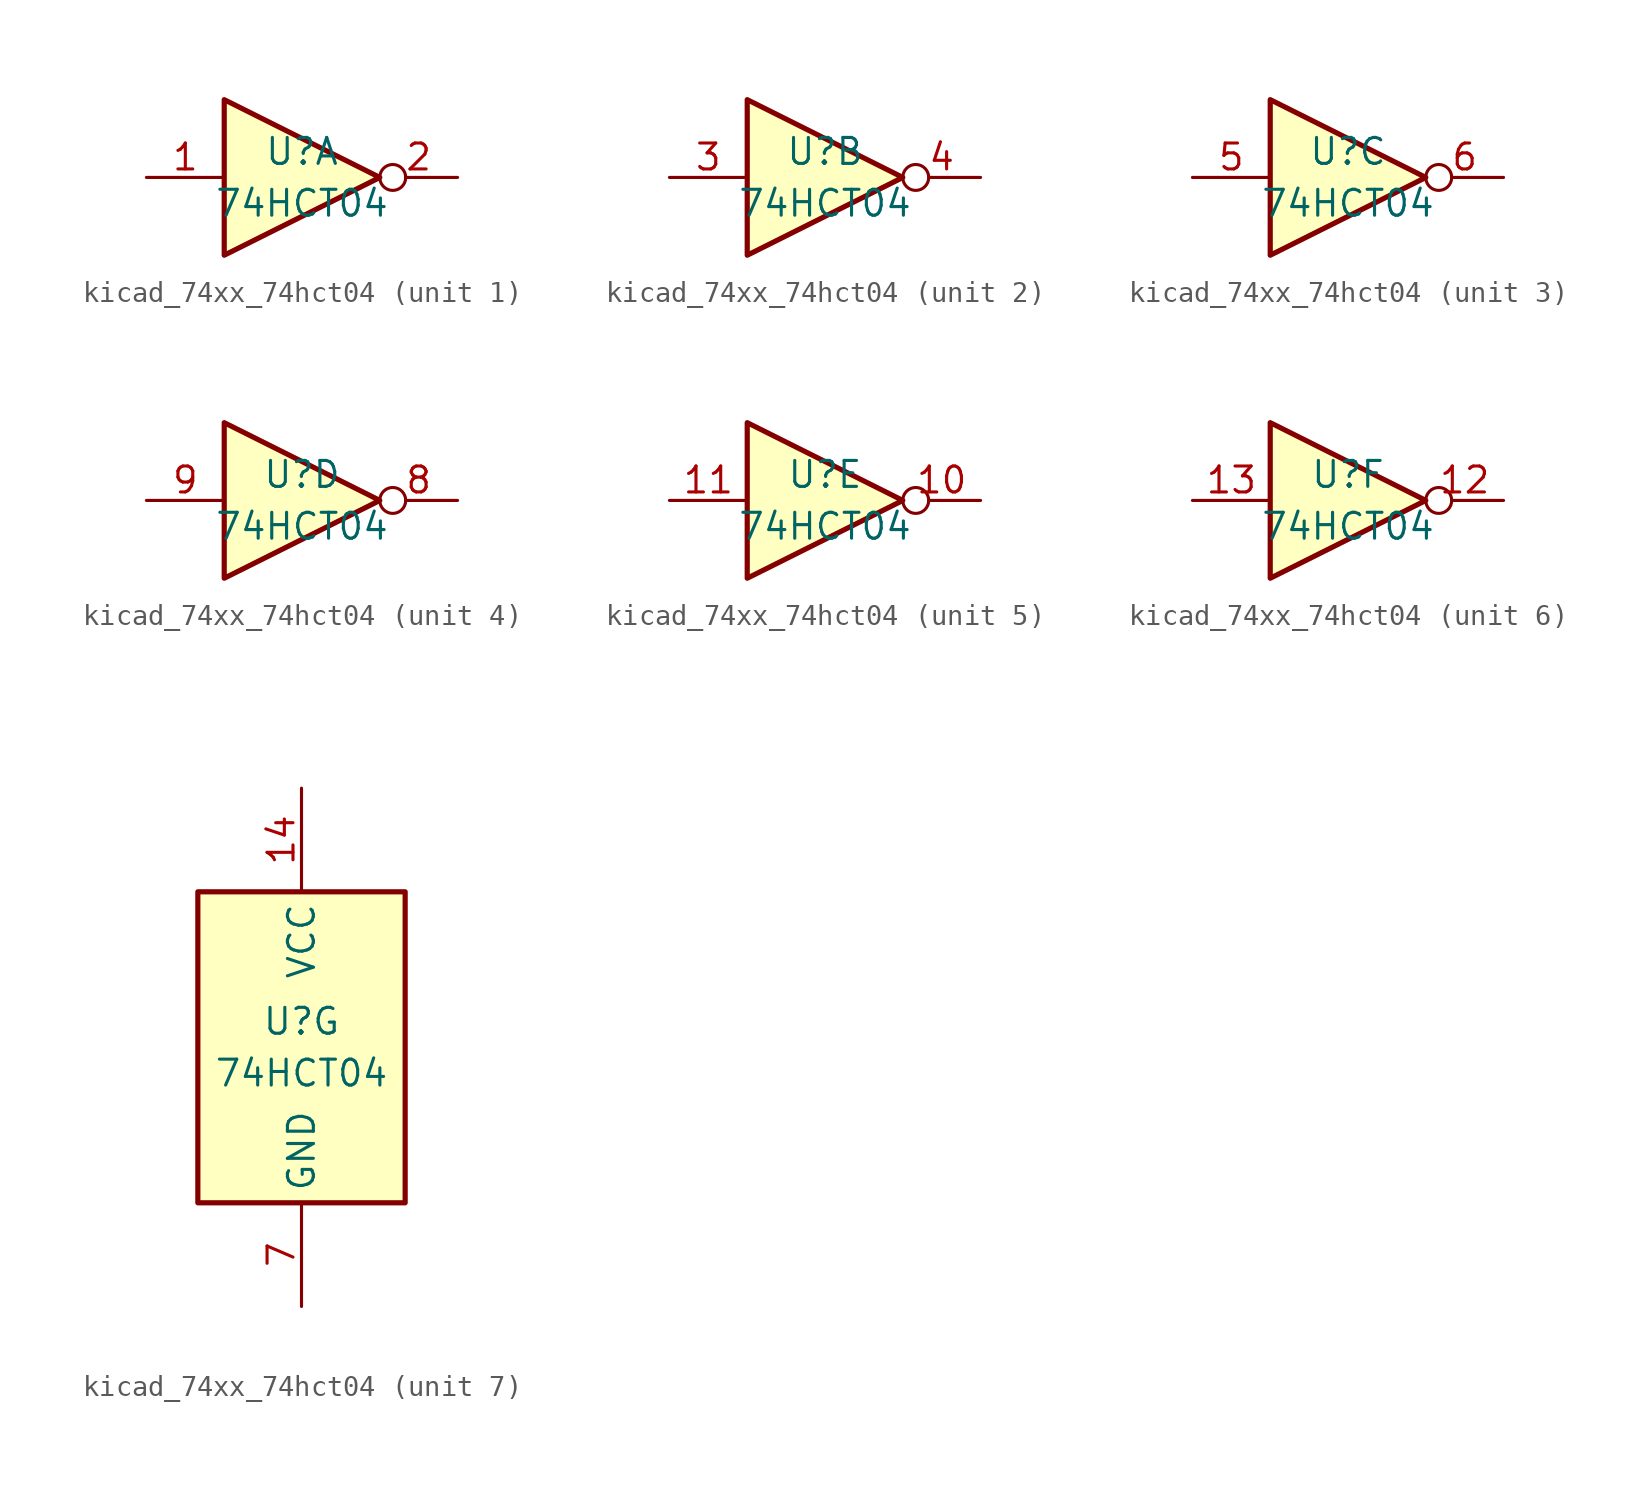
<source format=kicad_sym>
(kicad_symbol_lib
  (version 20220914)
  (generator kicad_symbol_editor)
  (symbol "kicad_74xx_74hct04"
    (property "Reference" "U"
      (at 0 1.27 0)
      (effects (font (size 1.27 1.27))))
    (property "Value" "74HCT04"
      (at 0 -1.27 0)
      (effects (font (size 1.27 1.27))))
    (property "ki_locked" ""
      (at 0 0 0)
      (effects (font (size 1.27 1.27))))
    (symbol "kicad_74xx_74hct04_1_0"
      (polyline (pts (xy -3.81 3.81) (xy -3.81 -3.81) (xy 3.81 0) (xy -3.81 3.81)) (stroke (width 0.254) (type default)) (fill (type background)))
      (pin input line (at -7.62 0 0) (length 3.81) (name "~" (effects (font (size 1.27 1.27)))) (number "1" (effects (font (size 1.27 1.27)))))
      (pin output inverted (at 7.62 0 180) (length 3.81) (name "~" (effects (font (size 1.27 1.27)))) (number "2" (effects (font (size 1.27 1.27))))))
    (symbol "kicad_74xx_74hct04_2_0"
      (polyline (pts (xy -3.81 3.81) (xy -3.81 -3.81) (xy 3.81 0) (xy -3.81 3.81)) (stroke (width 0.254) (type default)) (fill (type background)))
      (pin input line (at -7.62 0 0) (length 3.81) (name "~" (effects (font (size 1.27 1.27)))) (number "3" (effects (font (size 1.27 1.27)))))
      (pin output inverted (at 7.62 0 180) (length 3.81) (name "~" (effects (font (size 1.27 1.27)))) (number "4" (effects (font (size 1.27 1.27))))))
    (symbol "kicad_74xx_74hct04_3_0"
      (polyline (pts (xy -3.81 3.81) (xy -3.81 -3.81) (xy 3.81 0) (xy -3.81 3.81)) (stroke (width 0.254) (type default)) (fill (type background)))
      (pin input line (at -7.62 0 0) (length 3.81) (name "~" (effects (font (size 1.27 1.27)))) (number "5" (effects (font (size 1.27 1.27)))))
      (pin output inverted (at 7.62 0 180) (length 3.81) (name "~" (effects (font (size 1.27 1.27)))) (number "6" (effects (font (size 1.27 1.27))))))
    (symbol "kicad_74xx_74hct04_4_0"
      (polyline (pts (xy -3.81 3.81) (xy -3.81 -3.81) (xy 3.81 0) (xy -3.81 3.81)) (stroke (width 0.254) (type default)) (fill (type background)))
      (pin output inverted (at 7.62 0 180) (length 3.81) (name "~" (effects (font (size 1.27 1.27)))) (number "8" (effects (font (size 1.27 1.27)))))
      (pin input line (at -7.62 0 0) (length 3.81) (name "~" (effects (font (size 1.27 1.27)))) (number "9" (effects (font (size 1.27 1.27))))))
    (symbol "kicad_74xx_74hct04_5_0"
      (polyline (pts (xy -3.81 3.81) (xy -3.81 -3.81) (xy 3.81 0) (xy -3.81 3.81)) (stroke (width 0.254) (type default)) (fill (type background)))
      (pin output inverted (at 7.62 0 180) (length 3.81) (name "~" (effects (font (size 1.27 1.27)))) (number "10" (effects (font (size 1.27 1.27)))))
      (pin input line (at -7.62 0 0) (length 3.81) (name "~" (effects (font (size 1.27 1.27)))) (number "11" (effects (font (size 1.27 1.27))))))
    (symbol "kicad_74xx_74hct04_6_0"
      (polyline (pts (xy -3.81 3.81) (xy -3.81 -3.81) (xy 3.81 0) (xy -3.81 3.81)) (stroke (width 0.254) (type default)) (fill (type background)))
      (pin output inverted (at 7.62 0 180) (length 3.81) (name "~" (effects (font (size 1.27 1.27)))) (number "12" (effects (font (size 1.27 1.27)))))
      (pin input line (at -7.62 0 0) (length 3.81) (name "~" (effects (font (size 1.27 1.27)))) (number "13" (effects (font (size 1.27 1.27))))))
    (symbol "kicad_74xx_74hct04_7_0"
      (pin power_in line (at 0 12.7 270) (length 5.08) (name "VCC" (effects (font (size 1.27 1.27)))) (number "14" (effects (font (size 1.27 1.27)))))
      (pin power_in line (at 0 -12.7 90) (length 5.08) (name "GND" (effects (font (size 1.27 1.27)))) (number "7" (effects (font (size 1.27 1.27))))))
    (symbol "kicad_74xx_74hct04_7_1"
      (rectangle (start -5.08 7.62) (end 5.08 -7.62) (stroke (width 0.254) (type default)) (fill (type background))))))
</source>
